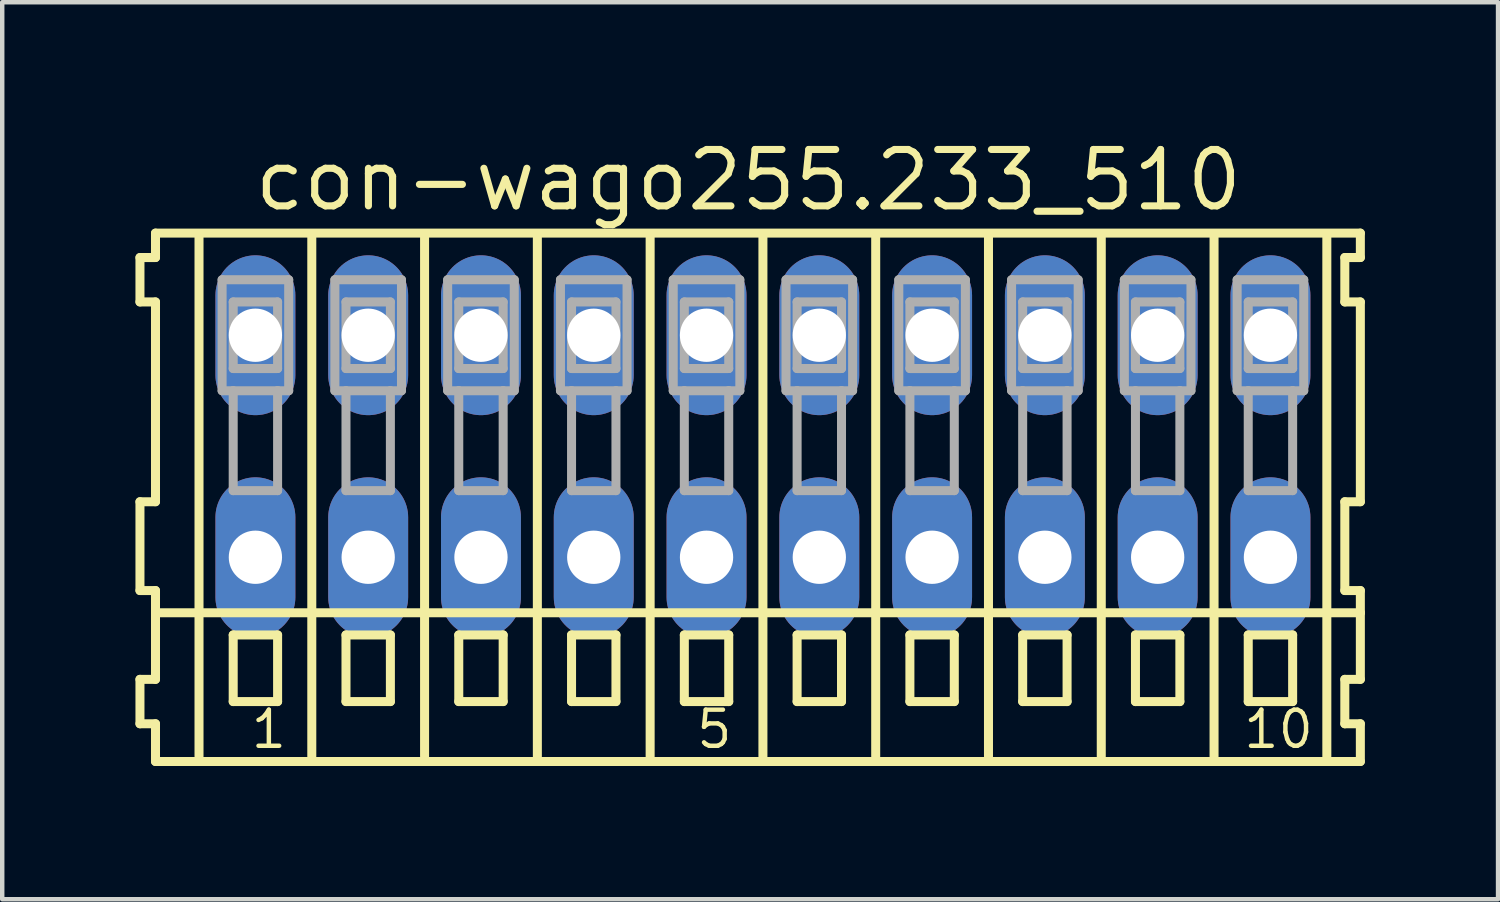
<source format=kicad_pcb>
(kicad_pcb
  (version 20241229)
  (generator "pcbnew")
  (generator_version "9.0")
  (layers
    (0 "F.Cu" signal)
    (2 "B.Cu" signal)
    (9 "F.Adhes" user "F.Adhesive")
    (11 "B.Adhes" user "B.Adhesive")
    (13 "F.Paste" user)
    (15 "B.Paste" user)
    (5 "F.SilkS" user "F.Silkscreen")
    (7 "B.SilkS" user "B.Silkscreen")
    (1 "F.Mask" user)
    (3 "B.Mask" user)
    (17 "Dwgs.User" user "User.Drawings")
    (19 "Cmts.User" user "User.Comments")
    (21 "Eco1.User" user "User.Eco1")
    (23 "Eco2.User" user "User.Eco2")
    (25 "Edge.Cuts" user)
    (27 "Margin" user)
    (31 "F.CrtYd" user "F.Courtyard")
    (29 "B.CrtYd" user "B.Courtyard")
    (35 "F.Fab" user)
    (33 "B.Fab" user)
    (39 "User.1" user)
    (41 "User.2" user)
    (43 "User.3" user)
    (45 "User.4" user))
  (footprint "con-wago255.233_510"
    (layer "F.Cu")
    (at 14.132 7)
    (property "Reference" "con-wago255.233_510" (at -11.53 -5.25 0) (layer "F.SilkS") (effects (font (size 1.27 1.27) (thickness 0.16)) (justify left bottom)))
    (attr through_hole)
    (fp_line (start -14.03 -4.25) (end -14.03 -3.25) (stroke (width 0.203) (type default)) (layer "F.SilkS"))
    (fp_line (start -14.03 -3.25) (end -13.68 -3.25) (stroke (width 0.203) (type default)) (layer "F.SilkS"))
    (fp_line (start -14.03 1.25) (end -14.03 3.25) (stroke (width 0.203) (type default)) (layer "F.SilkS"))
    (fp_line (start -14.03 3.25) (end -13.68 3.25) (stroke (width 0.203) (type default)) (layer "F.SilkS"))
    (fp_line (start -14.03 5.25) (end -14.03 6.25) (stroke (width 0.203) (type default)) (layer "F.SilkS"))
    (fp_line (start -14.03 6.25) (end -13.68 6.25) (stroke (width 0.203) (type default)) (layer "F.SilkS"))
    (fp_line (start -13.68 -4.8) (end -13.68 -4.25) (stroke (width 0.203) (type default)) (layer "F.SilkS"))
    (fp_line (start -13.68 -4.25) (end -14.03 -4.25) (stroke (width 0.203) (type default)) (layer "F.SilkS"))
    (fp_line (start -13.68 -3.25) (end -13.68 1.25) (stroke (width 0.203) (type default)) (layer "F.SilkS"))
    (fp_line (start -13.68 1.25) (end -14.03 1.25) (stroke (width 0.203) (type default)) (layer "F.SilkS"))
    (fp_line (start -13.68 3.25) (end -13.68 5.25) (stroke (width 0.203) (type default)) (layer "F.SilkS"))
    (fp_line (start -13.68 3.75) (end 13.455 3.75) (stroke (width 0.203) (type default)) (layer "F.SilkS"))
    (fp_line (start -13.68 5.25) (end -14.03 5.25) (stroke (width 0.203) (type default)) (layer "F.SilkS"))
    (fp_line (start -13.68 6.25) (end -13.68 7.1) (stroke (width 0.203) (type default)) (layer "F.SilkS"))
    (fp_line (start -13.68 7.1) (end 13.455 7.1) (stroke (width 0.203) (type default)) (layer "F.SilkS"))
    (fp_line (start -12.7 6.985) (end -12.7 -4.699) (stroke (width 0.203) (type default)) (layer "F.SilkS"))
    (fp_line (start -11.93 4.25) (end -11.93 5.75) (stroke (width 0.203) (type default)) (layer "F.SilkS"))
    (fp_line (start -11.93 5.75) (end -10.93 5.75) (stroke (width 0.203) (type default)) (layer "F.SilkS"))
    (fp_line (start -10.93 4.25) (end -11.93 4.25) (stroke (width 0.203) (type default)) (layer "F.SilkS"))
    (fp_line (start -10.93 5.75) (end -10.93 4.25) (stroke (width 0.203) (type default)) (layer "F.SilkS"))
    (fp_line (start -10.16 6.985) (end -10.16 -4.699) (stroke (width 0.203) (type default)) (layer "F.SilkS"))
    (fp_line (start -9.39 4.25) (end -9.39 5.75) (stroke (width 0.203) (type default)) (layer "F.SilkS"))
    (fp_line (start -9.39 5.75) (end -8.39 5.75) (stroke (width 0.203) (type default)) (layer "F.SilkS"))
    (fp_line (start -8.39 4.25) (end -9.39 4.25) (stroke (width 0.203) (type default)) (layer "F.SilkS"))
    (fp_line (start -8.39 5.75) (end -8.39 4.25) (stroke (width 0.203) (type default)) (layer "F.SilkS"))
    (fp_line (start -7.62 6.985) (end -7.62 -4.699) (stroke (width 0.203) (type default)) (layer "F.SilkS"))
    (fp_line (start -6.85 4.25) (end -6.85 5.75) (stroke (width 0.203) (type default)) (layer "F.SilkS"))
    (fp_line (start -6.85 5.75) (end -5.85 5.75) (stroke (width 0.203) (type default)) (layer "F.SilkS"))
    (fp_line (start -5.85 4.25) (end -6.85 4.25) (stroke (width 0.203) (type default)) (layer "F.SilkS"))
    (fp_line (start -5.85 5.75) (end -5.85 4.25) (stroke (width 0.203) (type default)) (layer "F.SilkS"))
    (fp_line (start -5.08 6.985) (end -5.08 -4.699) (stroke (width 0.203) (type default)) (layer "F.SilkS"))
    (fp_line (start -4.31 4.25) (end -4.31 5.75) (stroke (width 0.203) (type default)) (layer "F.SilkS"))
    (fp_line (start -4.31 5.75) (end -3.31 5.75) (stroke (width 0.203) (type default)) (layer "F.SilkS"))
    (fp_line (start -3.31 4.25) (end -4.31 4.25) (stroke (width 0.203) (type default)) (layer "F.SilkS"))
    (fp_line (start -3.31 5.75) (end -3.31 4.25) (stroke (width 0.203) (type default)) (layer "F.SilkS"))
    (fp_line (start -2.54 6.985) (end -2.54 -4.699) (stroke (width 0.203) (type default)) (layer "F.SilkS"))
    (fp_line (start -1.77 4.25) (end -1.77 5.75) (stroke (width 0.203) (type default)) (layer "F.SilkS"))
    (fp_line (start -1.77 5.75) (end -0.77 5.75) (stroke (width 0.203) (type default)) (layer "F.SilkS"))
    (fp_line (start -0.77 4.25) (end -1.77 4.25) (stroke (width 0.203) (type default)) (layer "F.SilkS"))
    (fp_line (start -0.77 5.75) (end -0.77 4.25) (stroke (width 0.203) (type default)) (layer "F.SilkS"))
    (fp_line (start 0 6.985) (end 0 -4.699) (stroke (width 0.203) (type default)) (layer "F.SilkS"))
    (fp_line (start 0.77 4.25) (end 0.77 5.75) (stroke (width 0.203) (type default)) (layer "F.SilkS"))
    (fp_line (start 0.77 5.75) (end 1.77 5.75) (stroke (width 0.203) (type default)) (layer "F.SilkS"))
    (fp_line (start 1.77 4.25) (end 0.77 4.25) (stroke (width 0.203) (type default)) (layer "F.SilkS"))
    (fp_line (start 1.77 5.75) (end 1.77 4.25) (stroke (width 0.203) (type default)) (layer "F.SilkS"))
    (fp_line (start 2.54 6.985) (end 2.54 -4.699) (stroke (width 0.203) (type default)) (layer "F.SilkS"))
    (fp_line (start 3.31 4.25) (end 3.31 5.75) (stroke (width 0.203) (type default)) (layer "F.SilkS"))
    (fp_line (start 3.31 5.75) (end 4.31 5.75) (stroke (width 0.203) (type default)) (layer "F.SilkS"))
    (fp_line (start 4.31 4.25) (end 3.31 4.25) (stroke (width 0.203) (type default)) (layer "F.SilkS"))
    (fp_line (start 4.31 5.75) (end 4.31 4.25) (stroke (width 0.203) (type default)) (layer "F.SilkS"))
    (fp_line (start 5.08 6.985) (end 5.08 -4.699) (stroke (width 0.203) (type default)) (layer "F.SilkS"))
    (fp_line (start 5.85 4.25) (end 5.85 5.75) (stroke (width 0.203) (type default)) (layer "F.SilkS"))
    (fp_line (start 5.85 5.75) (end 6.85 5.75) (stroke (width 0.203) (type default)) (layer "F.SilkS"))
    (fp_line (start 6.85 4.25) (end 5.85 4.25) (stroke (width 0.203) (type default)) (layer "F.SilkS"))
    (fp_line (start 6.85 5.75) (end 6.85 4.25) (stroke (width 0.203) (type default)) (layer "F.SilkS"))
    (fp_line (start 7.62 6.985) (end 7.62 -4.699) (stroke (width 0.203) (type default)) (layer "F.SilkS"))
    (fp_line (start 8.39 4.25) (end 8.39 5.75) (stroke (width 0.203) (type default)) (layer "F.SilkS"))
    (fp_line (start 8.39 5.75) (end 9.39 5.75) (stroke (width 0.203) (type default)) (layer "F.SilkS"))
    (fp_line (start 9.39 4.25) (end 8.39 4.25) (stroke (width 0.203) (type default)) (layer "F.SilkS"))
    (fp_line (start 9.39 5.75) (end 9.39 4.25) (stroke (width 0.203) (type default)) (layer "F.SilkS"))
    (fp_line (start 10.16 6.985) (end 10.16 -4.699) (stroke (width 0.203) (type default)) (layer "F.SilkS"))
    (fp_line (start 10.93 4.25) (end 10.93 5.75) (stroke (width 0.203) (type default)) (layer "F.SilkS"))
    (fp_line (start 10.93 5.75) (end 11.93 5.75) (stroke (width 0.203) (type default)) (layer "F.SilkS"))
    (fp_line (start 11.93 4.25) (end 10.93 4.25) (stroke (width 0.203) (type default)) (layer "F.SilkS"))
    (fp_line (start 11.93 5.75) (end 11.93 4.25) (stroke (width 0.203) (type default)) (layer "F.SilkS"))
    (fp_line (start 12.7 6.985) (end 12.7 -4.699) (stroke (width 0.203) (type default)) (layer "F.SilkS"))
    (fp_line (start 13.105 -4.25) (end 13.105 -3.25) (stroke (width 0.203) (type default)) (layer "F.SilkS"))
    (fp_line (start 13.105 -3.25) (end 13.455 -3.25) (stroke (width 0.203) (type default)) (layer "F.SilkS"))
    (fp_line (start 13.105 1.25) (end 13.105 3.25) (stroke (width 0.203) (type default)) (layer "F.SilkS"))
    (fp_line (start 13.105 3.25) (end 13.455 3.25) (stroke (width 0.203) (type default)) (layer "F.SilkS"))
    (fp_line (start 13.105 5.25) (end 13.105 6.25) (stroke (width 0.203) (type default)) (layer "F.SilkS"))
    (fp_line (start 13.105 6.25) (end 13.455 6.25) (stroke (width 0.203) (type default)) (layer "F.SilkS"))
    (fp_line (start 13.455 -4.8) (end -13.68 -4.8) (stroke (width 0.203) (type default)) (layer "F.SilkS"))
    (fp_line (start 13.455 -4.25) (end 13.105 -4.25) (stroke (width 0.203) (type default)) (layer "F.SilkS"))
    (fp_line (start 13.455 -4.25) (end 13.455 -4.8) (stroke (width 0.203) (type default)) (layer "F.SilkS"))
    (fp_line (start 13.455 1.25) (end 13.105 1.25) (stroke (width 0.203) (type default)) (layer "F.SilkS"))
    (fp_line (start 13.455 1.25) (end 13.455 -3.25) (stroke (width 0.203) (type default)) (layer "F.SilkS"))
    (fp_line (start 13.455 3.75) (end 13.455 3.25) (stroke (width 0.203) (type default)) (layer "F.SilkS"))
    (fp_line (start 13.455 5.25) (end 13.105 5.25) (stroke (width 0.203) (type default)) (layer "F.SilkS"))
    (fp_line (start 13.455 5.25) (end 13.455 3.75) (stroke (width 0.203) (type default)) (layer "F.SilkS"))
    (fp_line (start 13.455 7.1) (end 13.455 6.25) (stroke (width 0.203) (type default)) (layer "F.SilkS"))
    (fp_line (start -12.18 -3.75) (end -12.18 -1.25) (stroke (width 0.203) (type default)) (layer "F.Fab"))
    (fp_line (start -12.18 -1.25) (end -11.93 -1.25) (stroke (width 0.203) (type default)) (layer "F.Fab"))
    (fp_line (start -11.93 -3.25) (end -11.93 -1.75) (stroke (width 0.203) (type default)) (layer "F.Fab"))
    (fp_line (start -11.93 -1.75) (end -10.93 -1.75) (stroke (width 0.203) (type default)) (layer "F.Fab"))
    (fp_line (start -11.93 -1.25) (end -11.93 1) (stroke (width 0.203) (type default)) (layer "F.Fab"))
    (fp_line (start -11.93 -1.25) (end -10.93 -1.25) (stroke (width 0.203) (type default)) (layer "F.Fab"))
    (fp_line (start -11.93 1) (end -10.93 1) (stroke (width 0.203) (type default)) (layer "F.Fab"))
    (fp_line (start -10.93 -3.25) (end -11.93 -3.25) (stroke (width 0.203) (type default)) (layer "F.Fab"))
    (fp_line (start -10.93 -1.75) (end -10.93 -3.25) (stroke (width 0.203) (type default)) (layer "F.Fab"))
    (fp_line (start -10.93 -1.25) (end -10.68 -1.25) (stroke (width 0.203) (type default)) (layer "F.Fab"))
    (fp_line (start -10.93 1) (end -10.93 -1.25) (stroke (width 0.203) (type default)) (layer "F.Fab"))
    (fp_line (start -10.68 -3.75) (end -12.18 -3.75) (stroke (width 0.203) (type default)) (layer "F.Fab"))
    (fp_line (start -10.68 -1.25) (end -10.68 -3.75) (stroke (width 0.203) (type default)) (layer "F.Fab"))
    (fp_line (start -9.64 -3.75) (end -9.64 -1.25) (stroke (width 0.203) (type default)) (layer "F.Fab"))
    (fp_line (start -9.64 -1.25) (end -9.39 -1.25) (stroke (width 0.203) (type default)) (layer "F.Fab"))
    (fp_line (start -9.39 -3.25) (end -9.39 -1.75) (stroke (width 0.203) (type default)) (layer "F.Fab"))
    (fp_line (start -9.39 -1.75) (end -8.39 -1.75) (stroke (width 0.203) (type default)) (layer "F.Fab"))
    (fp_line (start -9.39 -1.25) (end -9.39 1) (stroke (width 0.203) (type default)) (layer "F.Fab"))
    (fp_line (start -9.39 -1.25) (end -8.39 -1.25) (stroke (width 0.203) (type default)) (layer "F.Fab"))
    (fp_line (start -9.39 1) (end -8.39 1) (stroke (width 0.203) (type default)) (layer "F.Fab"))
    (fp_line (start -8.39 -3.25) (end -9.39 -3.25) (stroke (width 0.203) (type default)) (layer "F.Fab"))
    (fp_line (start -8.39 -1.75) (end -8.39 -3.25) (stroke (width 0.203) (type default)) (layer "F.Fab"))
    (fp_line (start -8.39 -1.25) (end -8.14 -1.25) (stroke (width 0.203) (type default)) (layer "F.Fab"))
    (fp_line (start -8.39 1) (end -8.39 -1.25) (stroke (width 0.203) (type default)) (layer "F.Fab"))
    (fp_line (start -8.14 -3.75) (end -9.64 -3.75) (stroke (width 0.203) (type default)) (layer "F.Fab"))
    (fp_line (start -8.14 -1.25) (end -8.14 -3.75) (stroke (width 0.203) (type default)) (layer "F.Fab"))
    (fp_line (start -7.1 -3.75) (end -7.1 -1.25) (stroke (width 0.203) (type default)) (layer "F.Fab"))
    (fp_line (start -7.1 -1.25) (end -6.85 -1.25) (stroke (width 0.203) (type default)) (layer "F.Fab"))
    (fp_line (start -6.85 -3.25) (end -6.85 -1.75) (stroke (width 0.203) (type default)) (layer "F.Fab"))
    (fp_line (start -6.85 -1.75) (end -5.85 -1.75) (stroke (width 0.203) (type default)) (layer "F.Fab"))
    (fp_line (start -6.85 -1.25) (end -6.85 1) (stroke (width 0.203) (type default)) (layer "F.Fab"))
    (fp_line (start -6.85 -1.25) (end -5.85 -1.25) (stroke (width 0.203) (type default)) (layer "F.Fab"))
    (fp_line (start -6.85 1) (end -5.85 1) (stroke (width 0.203) (type default)) (layer "F.Fab"))
    (fp_line (start -5.85 -3.25) (end -6.85 -3.25) (stroke (width 0.203) (type default)) (layer "F.Fab"))
    (fp_line (start -5.85 -1.75) (end -5.85 -3.25) (stroke (width 0.203) (type default)) (layer "F.Fab"))
    (fp_line (start -5.85 -1.25) (end -5.6 -1.25) (stroke (width 0.203) (type default)) (layer "F.Fab"))
    (fp_line (start -5.85 1) (end -5.85 -1.25) (stroke (width 0.203) (type default)) (layer "F.Fab"))
    (fp_line (start -5.6 -3.75) (end -7.1 -3.75) (stroke (width 0.203) (type default)) (layer "F.Fab"))
    (fp_line (start -5.6 -1.25) (end -5.6 -3.75) (stroke (width 0.203) (type default)) (layer "F.Fab"))
    (fp_line (start -4.56 -3.75) (end -4.56 -1.25) (stroke (width 0.203) (type default)) (layer "F.Fab"))
    (fp_line (start -4.56 -1.25) (end -4.31 -1.25) (stroke (width 0.203) (type default)) (layer "F.Fab"))
    (fp_line (start -4.31 -3.25) (end -4.31 -1.75) (stroke (width 0.203) (type default)) (layer "F.Fab"))
    (fp_line (start -4.31 -1.75) (end -3.31 -1.75) (stroke (width 0.203) (type default)) (layer "F.Fab"))
    (fp_line (start -4.31 -1.25) (end -4.31 1) (stroke (width 0.203) (type default)) (layer "F.Fab"))
    (fp_line (start -4.31 -1.25) (end -3.31 -1.25) (stroke (width 0.203) (type default)) (layer "F.Fab"))
    (fp_line (start -4.31 1) (end -3.31 1) (stroke (width 0.203) (type default)) (layer "F.Fab"))
    (fp_line (start -3.31 -3.25) (end -4.31 -3.25) (stroke (width 0.203) (type default)) (layer "F.Fab"))
    (fp_line (start -3.31 -1.75) (end -3.31 -3.25) (stroke (width 0.203) (type default)) (layer "F.Fab"))
    (fp_line (start -3.31 -1.25) (end -3.06 -1.25) (stroke (width 0.203) (type default)) (layer "F.Fab"))
    (fp_line (start -3.31 1) (end -3.31 -1.25) (stroke (width 0.203) (type default)) (layer "F.Fab"))
    (fp_line (start -3.06 -3.75) (end -4.56 -3.75) (stroke (width 0.203) (type default)) (layer "F.Fab"))
    (fp_line (start -3.06 -1.25) (end -3.06 -3.75) (stroke (width 0.203) (type default)) (layer "F.Fab"))
    (fp_line (start -2.02 -3.75) (end -2.02 -1.25) (stroke (width 0.203) (type default)) (layer "F.Fab"))
    (fp_line (start -2.02 -1.25) (end -1.77 -1.25) (stroke (width 0.203) (type default)) (layer "F.Fab"))
    (fp_line (start -1.77 -3.25) (end -1.77 -1.75) (stroke (width 0.203) (type default)) (layer "F.Fab"))
    (fp_line (start -1.77 -1.75) (end -0.77 -1.75) (stroke (width 0.203) (type default)) (layer "F.Fab"))
    (fp_line (start -1.77 -1.25) (end -1.77 1) (stroke (width 0.203) (type default)) (layer "F.Fab"))
    (fp_line (start -1.77 -1.25) (end -0.77 -1.25) (stroke (width 0.203) (type default)) (layer "F.Fab"))
    (fp_line (start -1.77 1) (end -0.77 1) (stroke (width 0.203) (type default)) (layer "F.Fab"))
    (fp_line (start -0.77 -3.25) (end -1.77 -3.25) (stroke (width 0.203) (type default)) (layer "F.Fab"))
    (fp_line (start -0.77 -1.75) (end -0.77 -3.25) (stroke (width 0.203) (type default)) (layer "F.Fab"))
    (fp_line (start -0.77 -1.25) (end -0.52 -1.25) (stroke (width 0.203) (type default)) (layer "F.Fab"))
    (fp_line (start -0.77 1) (end -0.77 -1.25) (stroke (width 0.203) (type default)) (layer "F.Fab"))
    (fp_line (start -0.52 -3.75) (end -2.02 -3.75) (stroke (width 0.203) (type default)) (layer "F.Fab"))
    (fp_line (start -0.52 -1.25) (end -0.52 -3.75) (stroke (width 0.203) (type default)) (layer "F.Fab"))
    (fp_line (start 0.52 -3.75) (end 0.52 -1.25) (stroke (width 0.203) (type default)) (layer "F.Fab"))
    (fp_line (start 0.52 -1.25) (end 0.77 -1.25) (stroke (width 0.203) (type default)) (layer "F.Fab"))
    (fp_line (start 0.77 -3.25) (end 0.77 -1.75) (stroke (width 0.203) (type default)) (layer "F.Fab"))
    (fp_line (start 0.77 -1.75) (end 1.77 -1.75) (stroke (width 0.203) (type default)) (layer "F.Fab"))
    (fp_line (start 0.77 -1.25) (end 0.77 1) (stroke (width 0.203) (type default)) (layer "F.Fab"))
    (fp_line (start 0.77 -1.25) (end 1.77 -1.25) (stroke (width 0.203) (type default)) (layer "F.Fab"))
    (fp_line (start 0.77 1) (end 1.77 1) (stroke (width 0.203) (type default)) (layer "F.Fab"))
    (fp_line (start 1.77 -3.25) (end 0.77 -3.25) (stroke (width 0.203) (type default)) (layer "F.Fab"))
    (fp_line (start 1.77 -1.75) (end 1.77 -3.25) (stroke (width 0.203) (type default)) (layer "F.Fab"))
    (fp_line (start 1.77 -1.25) (end 2.02 -1.25) (stroke (width 0.203) (type default)) (layer "F.Fab"))
    (fp_line (start 1.77 1) (end 1.77 -1.25) (stroke (width 0.203) (type default)) (layer "F.Fab"))
    (fp_line (start 2.02 -3.75) (end 0.52 -3.75) (stroke (width 0.203) (type default)) (layer "F.Fab"))
    (fp_line (start 2.02 -1.25) (end 2.02 -3.75) (stroke (width 0.203) (type default)) (layer "F.Fab"))
    (fp_line (start 3.06 -3.75) (end 3.06 -1.25) (stroke (width 0.203) (type default)) (layer "F.Fab"))
    (fp_line (start 3.06 -1.25) (end 3.31 -1.25) (stroke (width 0.203) (type default)) (layer "F.Fab"))
    (fp_line (start 3.31 -3.25) (end 3.31 -1.75) (stroke (width 0.203) (type default)) (layer "F.Fab"))
    (fp_line (start 3.31 -1.75) (end 4.31 -1.75) (stroke (width 0.203) (type default)) (layer "F.Fab"))
    (fp_line (start 3.31 -1.25) (end 3.31 1) (stroke (width 0.203) (type default)) (layer "F.Fab"))
    (fp_line (start 3.31 -1.25) (end 4.31 -1.25) (stroke (width 0.203) (type default)) (layer "F.Fab"))
    (fp_line (start 3.31 1) (end 4.31 1) (stroke (width 0.203) (type default)) (layer "F.Fab"))
    (fp_line (start 4.31 -3.25) (end 3.31 -3.25) (stroke (width 0.203) (type default)) (layer "F.Fab"))
    (fp_line (start 4.31 -1.75) (end 4.31 -3.25) (stroke (width 0.203) (type default)) (layer "F.Fab"))
    (fp_line (start 4.31 -1.25) (end 4.56 -1.25) (stroke (width 0.203) (type default)) (layer "F.Fab"))
    (fp_line (start 4.31 1) (end 4.31 -1.25) (stroke (width 0.203) (type default)) (layer "F.Fab"))
    (fp_line (start 4.56 -3.75) (end 3.06 -3.75) (stroke (width 0.203) (type default)) (layer "F.Fab"))
    (fp_line (start 4.56 -1.25) (end 4.56 -3.75) (stroke (width 0.203) (type default)) (layer "F.Fab"))
    (fp_line (start 5.6 -3.75) (end 5.6 -1.25) (stroke (width 0.203) (type default)) (layer "F.Fab"))
    (fp_line (start 5.6 -1.25) (end 5.85 -1.25) (stroke (width 0.203) (type default)) (layer "F.Fab"))
    (fp_line (start 5.85 -3.25) (end 5.85 -1.75) (stroke (width 0.203) (type default)) (layer "F.Fab"))
    (fp_line (start 5.85 -1.75) (end 6.85 -1.75) (stroke (width 0.203) (type default)) (layer "F.Fab"))
    (fp_line (start 5.85 -1.25) (end 5.85 1) (stroke (width 0.203) (type default)) (layer "F.Fab"))
    (fp_line (start 5.85 -1.25) (end 6.85 -1.25) (stroke (width 0.203) (type default)) (layer "F.Fab"))
    (fp_line (start 5.85 1) (end 6.85 1) (stroke (width 0.203) (type default)) (layer "F.Fab"))
    (fp_line (start 6.85 -3.25) (end 5.85 -3.25) (stroke (width 0.203) (type default)) (layer "F.Fab"))
    (fp_line (start 6.85 -1.75) (end 6.85 -3.25) (stroke (width 0.203) (type default)) (layer "F.Fab"))
    (fp_line (start 6.85 -1.25) (end 7.1 -1.25) (stroke (width 0.203) (type default)) (layer "F.Fab"))
    (fp_line (start 6.85 1) (end 6.85 -1.25) (stroke (width 0.203) (type default)) (layer "F.Fab"))
    (fp_line (start 7.1 -3.75) (end 5.6 -3.75) (stroke (width 0.203) (type default)) (layer "F.Fab"))
    (fp_line (start 7.1 -1.25) (end 7.1 -3.75) (stroke (width 0.203) (type default)) (layer "F.Fab"))
    (fp_line (start 8.14 -3.75) (end 8.14 -1.25) (stroke (width 0.203) (type default)) (layer "F.Fab"))
    (fp_line (start 8.14 -1.25) (end 8.39 -1.25) (stroke (width 0.203) (type default)) (layer "F.Fab"))
    (fp_line (start 8.39 -3.25) (end 8.39 -1.75) (stroke (width 0.203) (type default)) (layer "F.Fab"))
    (fp_line (start 8.39 -1.75) (end 9.39 -1.75) (stroke (width 0.203) (type default)) (layer "F.Fab"))
    (fp_line (start 8.39 -1.25) (end 8.39 1) (stroke (width 0.203) (type default)) (layer "F.Fab"))
    (fp_line (start 8.39 -1.25) (end 9.39 -1.25) (stroke (width 0.203) (type default)) (layer "F.Fab"))
    (fp_line (start 8.39 1) (end 9.39 1) (stroke (width 0.203) (type default)) (layer "F.Fab"))
    (fp_line (start 9.39 -3.25) (end 8.39 -3.25) (stroke (width 0.203) (type default)) (layer "F.Fab"))
    (fp_line (start 9.39 -1.75) (end 9.39 -3.25) (stroke (width 0.203) (type default)) (layer "F.Fab"))
    (fp_line (start 9.39 -1.25) (end 9.64 -1.25) (stroke (width 0.203) (type default)) (layer "F.Fab"))
    (fp_line (start 9.39 1) (end 9.39 -1.25) (stroke (width 0.203) (type default)) (layer "F.Fab"))
    (fp_line (start 9.64 -3.75) (end 8.14 -3.75) (stroke (width 0.203) (type default)) (layer "F.Fab"))
    (fp_line (start 9.64 -1.25) (end 9.64 -3.75) (stroke (width 0.203) (type default)) (layer "F.Fab"))
    (fp_line (start 10.68 -3.75) (end 10.68 -1.25) (stroke (width 0.203) (type default)) (layer "F.Fab"))
    (fp_line (start 10.68 -1.25) (end 10.93 -1.25) (stroke (width 0.203) (type default)) (layer "F.Fab"))
    (fp_line (start 10.93 -3.25) (end 10.93 -1.75) (stroke (width 0.203) (type default)) (layer "F.Fab"))
    (fp_line (start 10.93 -1.75) (end 11.93 -1.75) (stroke (width 0.203) (type default)) (layer "F.Fab"))
    (fp_line (start 10.93 -1.25) (end 10.93 1) (stroke (width 0.203) (type default)) (layer "F.Fab"))
    (fp_line (start 10.93 -1.25) (end 11.93 -1.25) (stroke (width 0.203) (type default)) (layer "F.Fab"))
    (fp_line (start 10.93 1) (end 11.93 1) (stroke (width 0.203) (type default)) (layer "F.Fab"))
    (fp_line (start 11.93 -3.25) (end 10.93 -3.25) (stroke (width 0.203) (type default)) (layer "F.Fab"))
    (fp_line (start 11.93 -1.75) (end 11.93 -3.25) (stroke (width 0.203) (type default)) (layer "F.Fab"))
    (fp_line (start 11.93 -1.25) (end 12.18 -1.25) (stroke (width 0.203) (type default)) (layer "F.Fab"))
    (fp_line (start 11.93 1) (end 11.93 -1.25) (stroke (width 0.203) (type default)) (layer "F.Fab"))
    (fp_line (start 12.18 -3.75) (end 10.68 -3.75) (stroke (width 0.203) (type default)) (layer "F.Fab"))
    (fp_line (start 12.18 -1.25) (end 12.18 -3.75) (stroke (width 0.203) (type default)) (layer "F.Fab"))
    (fp_text user "10" (at 10.772 6.85 0) (layer "F.SilkS") (effects (font (size 0.813 0.813) (thickness 0.1)) (justify left bottom)))
    (fp_text user "5" (at -1.547 6.85 0) (layer "F.SilkS") (effects (font (size 0.813 0.813) (thickness 0.1)) (justify left bottom)))
    (fp_text user "1" (at -11.58 6.85 0) (layer "F.SilkS") (effects (font (size 0.813 0.813) (thickness 0.1)) (justify left bottom)))
    (pad "A1" thru_hole oval (at -11.43 -2.5 90) (size 3.6 1.8) (drill 1.2) (layers "*.Cu" "*.Mask"))
    (pad "A2" thru_hole oval (at -8.89 -2.5 90) (size 3.6 1.8) (drill 1.2) (layers "*.Cu" "*.Mask"))
    (pad "A3" thru_hole oval (at -6.35 -2.5 90) (size 3.6 1.8) (drill 1.2) (layers "*.Cu" "*.Mask"))
    (pad "A4" thru_hole oval (at -3.81 -2.5 90) (size 3.6 1.8) (drill 1.2) (layers "*.Cu" "*.Mask"))
    (pad "A5" thru_hole oval (at -1.27 -2.5 90) (size 3.6 1.8) (drill 1.2) (layers "*.Cu" "*.Mask"))
    (pad "A6" thru_hole oval (at 1.27 -2.5 90) (size 3.6 1.8) (drill 1.2) (layers "*.Cu" "*.Mask"))
    (pad "A7" thru_hole oval (at 3.81 -2.5 90) (size 3.6 1.8) (drill 1.2) (layers "*.Cu" "*.Mask"))
    (pad "A8" thru_hole oval (at 6.35 -2.5 90) (size 3.6 1.8) (drill 1.2) (layers "*.Cu" "*.Mask"))
    (pad "A9" thru_hole oval (at 8.89 -2.5 90) (size 3.6 1.8) (drill 1.2) (layers "*.Cu" "*.Mask"))
    (pad "A10" thru_hole oval (at 11.43 -2.5 90) (size 3.6 1.8) (drill 1.2) (layers "*.Cu" "*.Mask"))
    (pad "B1" thru_hole oval (at -11.43 2.5 90) (size 3.6 1.8) (drill 1.2) (layers "*.Cu" "*.Mask"))
    (pad "B2" thru_hole oval (at -8.89 2.5 90) (size 3.6 1.8) (drill 1.2) (layers "*.Cu" "*.Mask"))
    (pad "B3" thru_hole oval (at -6.35 2.5 90) (size 3.6 1.8) (drill 1.2) (layers "*.Cu" "*.Mask"))
    (pad "B4" thru_hole oval (at -3.81 2.5 90) (size 3.6 1.8) (drill 1.2) (layers "*.Cu" "*.Mask"))
    (pad "B5" thru_hole oval (at -1.27 2.5 90) (size 3.6 1.8) (drill 1.2) (layers "*.Cu" "*.Mask"))
    (pad "B6" thru_hole oval (at 1.27 2.5 90) (size 3.6 1.8) (drill 1.2) (layers "*.Cu" "*.Mask"))
    (pad "B7" thru_hole oval (at 3.81 2.5 90) (size 3.6 1.8) (drill 1.2) (layers "*.Cu" "*.Mask"))
    (pad "B8" thru_hole oval (at 6.35 2.5 90) (size 3.6 1.8) (drill 1.2) (layers "*.Cu" "*.Mask"))
    (pad "B9" thru_hole oval (at 8.89 2.5 90) (size 3.6 1.8) (drill 1.2) (layers "*.Cu" "*.Mask"))
    (pad "B10" thru_hole oval (at 11.43 2.5 90) (size 3.6 1.8) (drill 1.2) (layers "*.Cu" "*.Mask")))
  (gr_rect
    (start -3 -3)
    (end 30.688 17.202)
    (stroke (width 0.1) (type default))
    (fill no)
    (layer "Edge.Cuts")))
</source>
